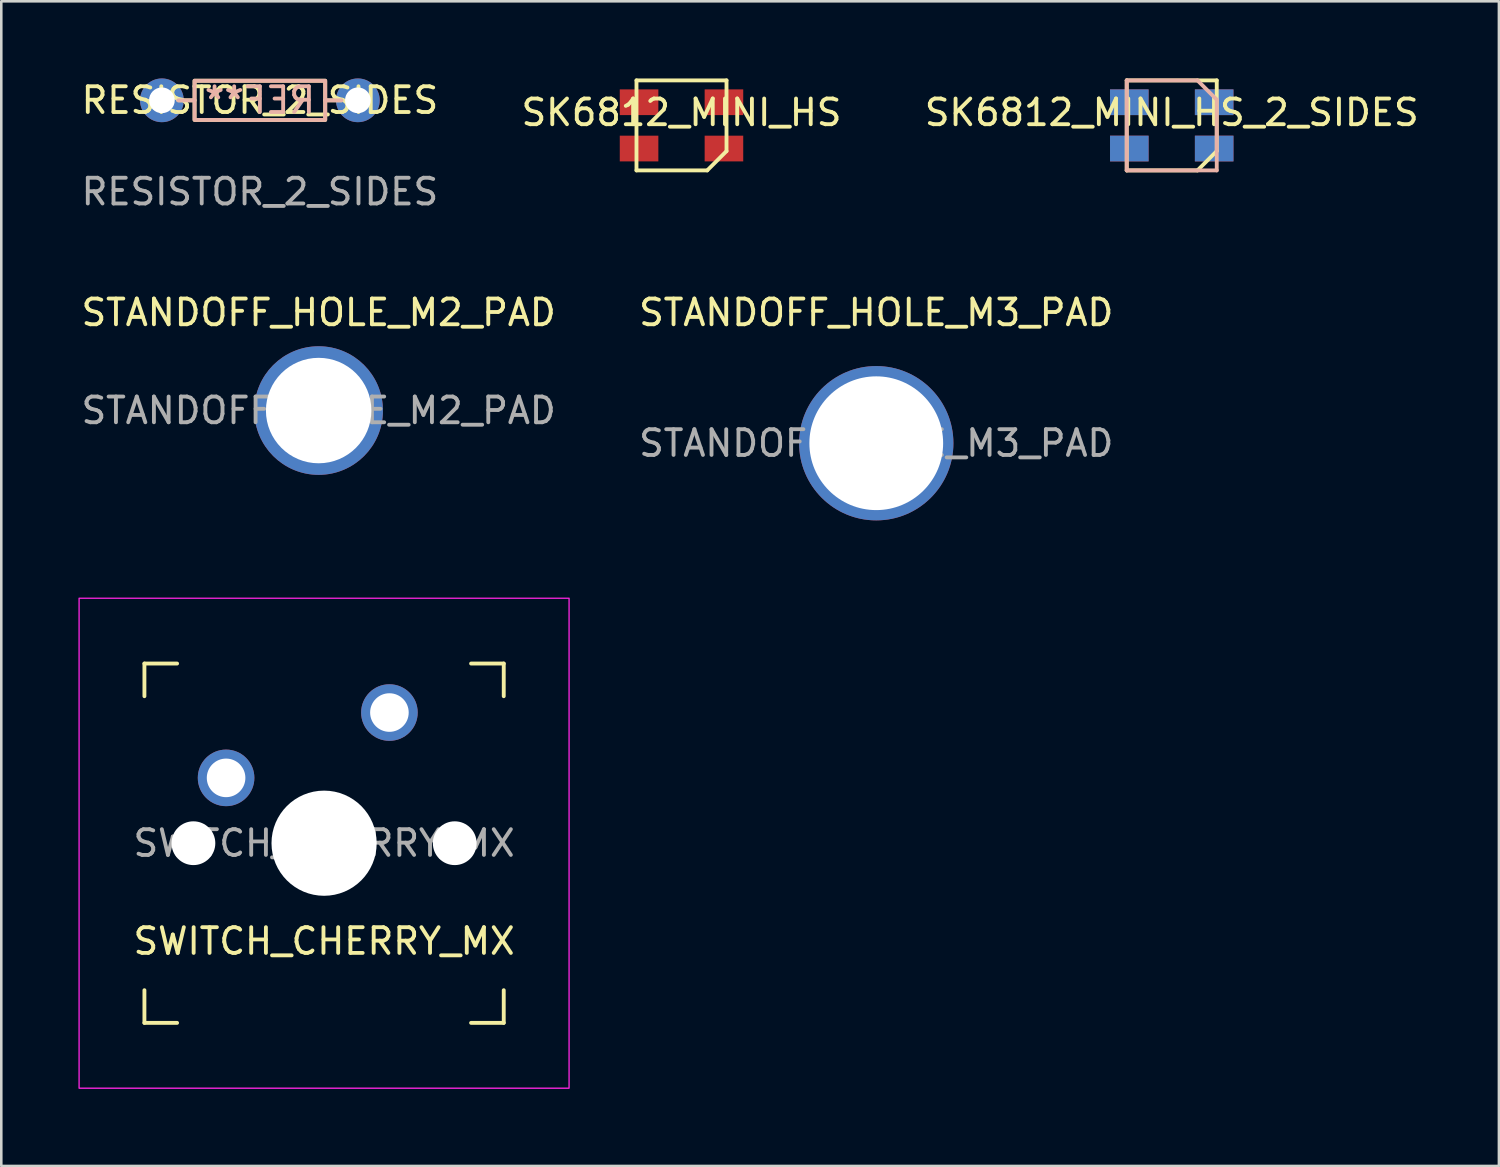
<source format=kicad_pcb>
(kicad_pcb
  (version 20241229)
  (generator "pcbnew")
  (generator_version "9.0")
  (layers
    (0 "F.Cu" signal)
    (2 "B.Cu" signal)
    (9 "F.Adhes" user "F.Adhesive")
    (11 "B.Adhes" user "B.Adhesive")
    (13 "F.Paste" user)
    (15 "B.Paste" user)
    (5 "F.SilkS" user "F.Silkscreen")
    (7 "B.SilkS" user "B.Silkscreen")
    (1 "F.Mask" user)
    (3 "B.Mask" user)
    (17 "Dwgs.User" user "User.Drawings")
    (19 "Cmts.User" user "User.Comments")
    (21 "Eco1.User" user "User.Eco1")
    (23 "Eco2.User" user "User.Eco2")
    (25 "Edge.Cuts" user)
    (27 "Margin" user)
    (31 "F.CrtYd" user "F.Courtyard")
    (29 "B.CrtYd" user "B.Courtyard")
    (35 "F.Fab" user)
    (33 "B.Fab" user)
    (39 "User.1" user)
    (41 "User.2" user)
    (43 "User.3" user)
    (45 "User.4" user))
  (footprint "RESISTOR_2_SIDES"
    (layer "F.Cu")
    (at 7.054 0.85)
    (property "Reference" "RESISTOR_2_SIDES" (at 0 0 0) (unlocked yes) (layer "F.SilkS") (effects (font (size 1 1) (thickness 0.15))))
    (attr through_hole)
    (fp_line (start -2.54 0) (end -3.175 0) (stroke (width 0.15) (type solid)) (layer "F.SilkS"))
    (fp_line (start 2.54 0) (end 3.175 0) (stroke (width 0.15) (type solid)) (layer "F.SilkS"))
    (fp_rect (start -2.54 -0.762) (end 2.54 0.762) (stroke (width 0.15) (type solid)) (fill no) (layer "F.SilkS"))
    (fp_line (start -2.54 0) (end -3.175 0) (stroke (width 0.15) (type solid)) (layer "B.SilkS"))
    (fp_line (start 2.54 0) (end 3.175 0) (stroke (width 0.15) (type solid)) (layer "B.SilkS"))
    (fp_rect (start 2.54 -0.762) (end -2.54 0.762) (stroke (width 0.15) (type solid)) (fill no) (layer "B.SilkS"))
    (fp_text user "REF**" (at 0 0 0) (unlocked yes) (layer "B.SilkS") (effects (font (size 1 1) (thickness 0.15)) (justify mirror)))
    (fp_text user "${REFERENCE}" (at 0 3.556 0) (unlocked yes) (layer "F.Fab") (effects (font (size 1 1) (thickness 0.15))))
    (pad "1" thru_hole circle (at -3.81 0) (size 1.7 1.7) (drill 1) (layers "*.Cu" "*.Mask"))
    (pad "2" thru_hole circle (at 3.81 0) (size 1.7 1.7) (drill 1) (layers "*.Cu" "*.Mask")))
  (footprint "STANDOFF_HOLE_M2_PAD"
    (layer "F.Cu")
    (at 9.339 12.912)
    (property "Reference" "STANDOFF_HOLE_M2_PAD" (at 0 -3.81 0) (unlocked yes) (layer "F.SilkS") (effects (font (size 1 1) (thickness 0.15))))
    (attr through_hole)
    (fp_text user "${REFERENCE}" (at 0 0 0) (unlocked yes) (layer "F.Fab") (effects (font (size 1 1) (thickness 0.15))))
    (pad "1" thru_hole circle (at 0 0) (size 5 5) (drill 4.1) (layers "*.Cu" "*.Mask")))
  (footprint "SK6812_MINI_HS"
    (layer "F.Cu")
    (at 23.446 1.825)
    (property "Reference" "SK6812_MINI_HS" (at 0 -0.5 0) (unlocked yes) (layer "F.SilkS") (effects (font (size 1 1) (thickness 0.15))))
    (attr smd)
    (fp_line (start -1.75 -1.75) (end 1.75 -1.75) (stroke (width 0.15) (type solid)) (layer "F.SilkS"))
    (fp_line (start -1.75 1.75) (end -1.75 -1.75) (stroke (width 0.15) (type solid)) (layer "F.SilkS"))
    (fp_line (start 1 1.75) (end -1.75 1.75) (stroke (width 0.15) (type solid)) (layer "F.SilkS"))
    (fp_line (start 1.75 -1.75) (end 1.75 1) (stroke (width 0.15) (type solid)) (layer "F.SilkS"))
    (fp_line (start 1.75 1) (end 1 1.75) (stroke (width 0.15) (type solid)) (layer "F.SilkS"))
    (pad "1" smd rect (at 1.65 0.9) (size 1.5 1) (layers "F.Cu" "F.Mask" "F.Paste"))
    (pad "2" smd rect (at 1.65 -0.9) (size 1.5 1) (layers "F.Cu" "F.Mask" "F.Paste"))
    (pad "3" smd rect (at -1.65 -0.9) (size 1.5 1) (layers "F.Cu" "F.Mask" "F.Paste"))
    (pad "4" smd rect (at -1.65 0.9) (size 1.5 1) (layers "F.Cu" "F.Mask" "F.Paste")))
  (footprint "STANDOFF_HOLE_M3_PAD"
    (layer "F.Cu")
    (at 31.018 14.182)
    (property "Reference" "STANDOFF_HOLE_M3_PAD" (at 0 -5.08 0) (unlocked yes) (layer "F.SilkS") (effects (font (size 1 1) (thickness 0.15))))
    (attr through_hole)
    (fp_text user "${REFERENCE}" (at 0 0 0) (unlocked yes) (layer "F.Fab") (effects (font (size 1 1) (thickness 0.15))))
    (pad "1" thru_hole circle (at 0 0) (size 6 6) (drill 5.2) (layers "*.Cu" "*.Mask")))
  (footprint "SK6812_MINI_HS_2_SIDES"
    (layer "F.Cu")
    (at 42.506 1.825)
    (property "Reference" "SK6812_MINI_HS_2_SIDES" (at 0 -0.5 0) (unlocked yes) (layer "F.SilkS") (effects (font (size 1 1) (thickness 0.15))))
    (attr smd)
    (fp_line (start -1.75 -1.75) (end 1.75 -1.75) (stroke (width 0.15) (type solid)) (layer "F.SilkS"))
    (fp_line (start -1.75 1.75) (end -1.75 -1.75) (stroke (width 0.15) (type solid)) (layer "F.SilkS"))
    (fp_line (start 1 1.75) (end -1.75 1.75) (stroke (width 0.15) (type solid)) (layer "F.SilkS"))
    (fp_line (start 1.75 -1.75) (end 1.75 1) (stroke (width 0.15) (type solid)) (layer "F.SilkS"))
    (fp_line (start 1.75 1) (end 1 1.75) (stroke (width 0.15) (type solid)) (layer "F.SilkS"))
    (fp_line (start -1.75 -1.75) (end -1.75 1.75) (stroke (width 0.15) (type solid)) (layer "B.SilkS"))
    (fp_line (start -1.75 1.75) (end 1.75 1.75) (stroke (width 0.15) (type solid)) (layer "B.SilkS"))
    (fp_line (start 1 -1.75) (end -1.75 -1.75) (stroke (width 0.15) (type solid)) (layer "B.SilkS"))
    (fp_line (start 1.75 -1) (end 1 -1.75) (stroke (width 0.15) (type solid)) (layer "B.SilkS"))
    (fp_line (start 1.75 1.75) (end 1.75 -1) (stroke (width 0.15) (type solid)) (layer "B.SilkS"))
    (pad "1" smd rect (at 1.65 -0.9 180) (size 1.5 1) (layers "B.Cu" "B.Mask" "B.Paste"))
    (pad "1" smd rect (at 1.65 0.9) (size 1.5 1) (layers "F.Cu" "F.Mask" "F.Paste"))
    (pad "2" smd rect (at 1.65 -0.9) (size 1.5 1) (layers "F.Cu" "F.Mask" "F.Paste"))
    (pad "2" smd rect (at 1.65 0.9 180) (size 1.5 1) (layers "B.Cu" "B.Mask" "B.Paste"))
    (pad "3" smd rect (at -1.65 -0.9) (size 1.5 1) (layers "F.Cu" "F.Mask" "F.Paste"))
    (pad "3" smd rect (at -1.65 0.9 180) (size 1.5 1) (layers "B.Cu" "B.Mask" "B.Paste"))
    (pad "4" smd rect (at -1.65 -0.9 180) (size 1.5 1) (layers "B.Cu" "B.Mask" "B.Paste"))
    (pad "4" smd rect (at -1.65 0.9) (size 1.5 1) (layers "F.Cu" "F.Mask" "F.Paste")))
  (footprint "SWITCH_CHERRY_MX"
    (layer "F.Cu")
    (at 9.55 29.733)
    (property "Reference" "SWITCH_CHERRY_MX" (at 0 3.81 0) (unlocked yes) (layer "F.SilkS") (effects (font (size 1 1) (thickness 0.15))))
    (attr through_hole)
    (fp_line (start -6.985 -6.985) (end -6.985 -5.715) (stroke (width 0.15) (type solid)) (layer "F.SilkS"))
    (fp_line (start -6.985 -6.985) (end -5.715 -6.985) (stroke (width 0.15) (type solid)) (layer "F.SilkS"))
    (fp_line (start -6.985 5.715) (end -6.985 6.985) (stroke (width 0.15) (type solid)) (layer "F.SilkS"))
    (fp_line (start -6.985 6.985) (end -5.715 6.985) (stroke (width 0.15) (type solid)) (layer "F.SilkS"))
    (fp_line (start 5.715 6.985) (end 6.985 6.985) (stroke (width 0.15) (type solid)) (layer "F.SilkS"))
    (fp_line (start 6.985 -6.985) (end 5.715 -6.985) (stroke (width 0.15) (type solid)) (layer "F.SilkS"))
    (fp_line (start 6.985 -5.715) (end 6.985 -6.985) (stroke (width 0.15) (type solid)) (layer "F.SilkS"))
    (fp_line (start 6.985 6.985) (end 6.985 5.715) (stroke (width 0.15) (type solid)) (layer "F.SilkS"))
    (fp_rect (start -9.525 -9.525) (end 9.525 9.525) (stroke (width 0.05) (type solid)) (fill no) (layer "F.CrtYd"))
    (fp_text user "${REFERENCE}" (at 0 0 0) (unlocked yes) (layer "F.Fab") (effects (font (size 1 1) (thickness 0.15))))
    (pad "" np_thru_hole circle (at -5.08 0) (size 1.702 1.702) (drill 1.702) (layers "*.Cu" "*.Mask"))
    (pad "" np_thru_hole circle (at 0 0) (size 4.089 4.089) (drill 4.089) (layers "*.Cu" "*.Mask"))
    (pad "" np_thru_hole circle (at 5.08 0) (size 1.702 1.702) (drill 1.702) (layers "*.Cu" "*.Mask"))
    (pad "1" thru_hole circle (at -3.81 -2.54) (size 2.2 2.2) (drill 1.5) (layers "*.Cu" "*.Mask"))
    (pad "2" thru_hole circle (at 2.54 -5.08) (size 2.2 2.2) (drill 1.5) (layers "*.Cu" "*.Mask")))
  (gr_rect
    (start -3 -3)
    (end 55.226 42.282)
    (stroke (width 0.1) (type default))
    (fill no)
    (layer "Edge.Cuts")))
</source>
